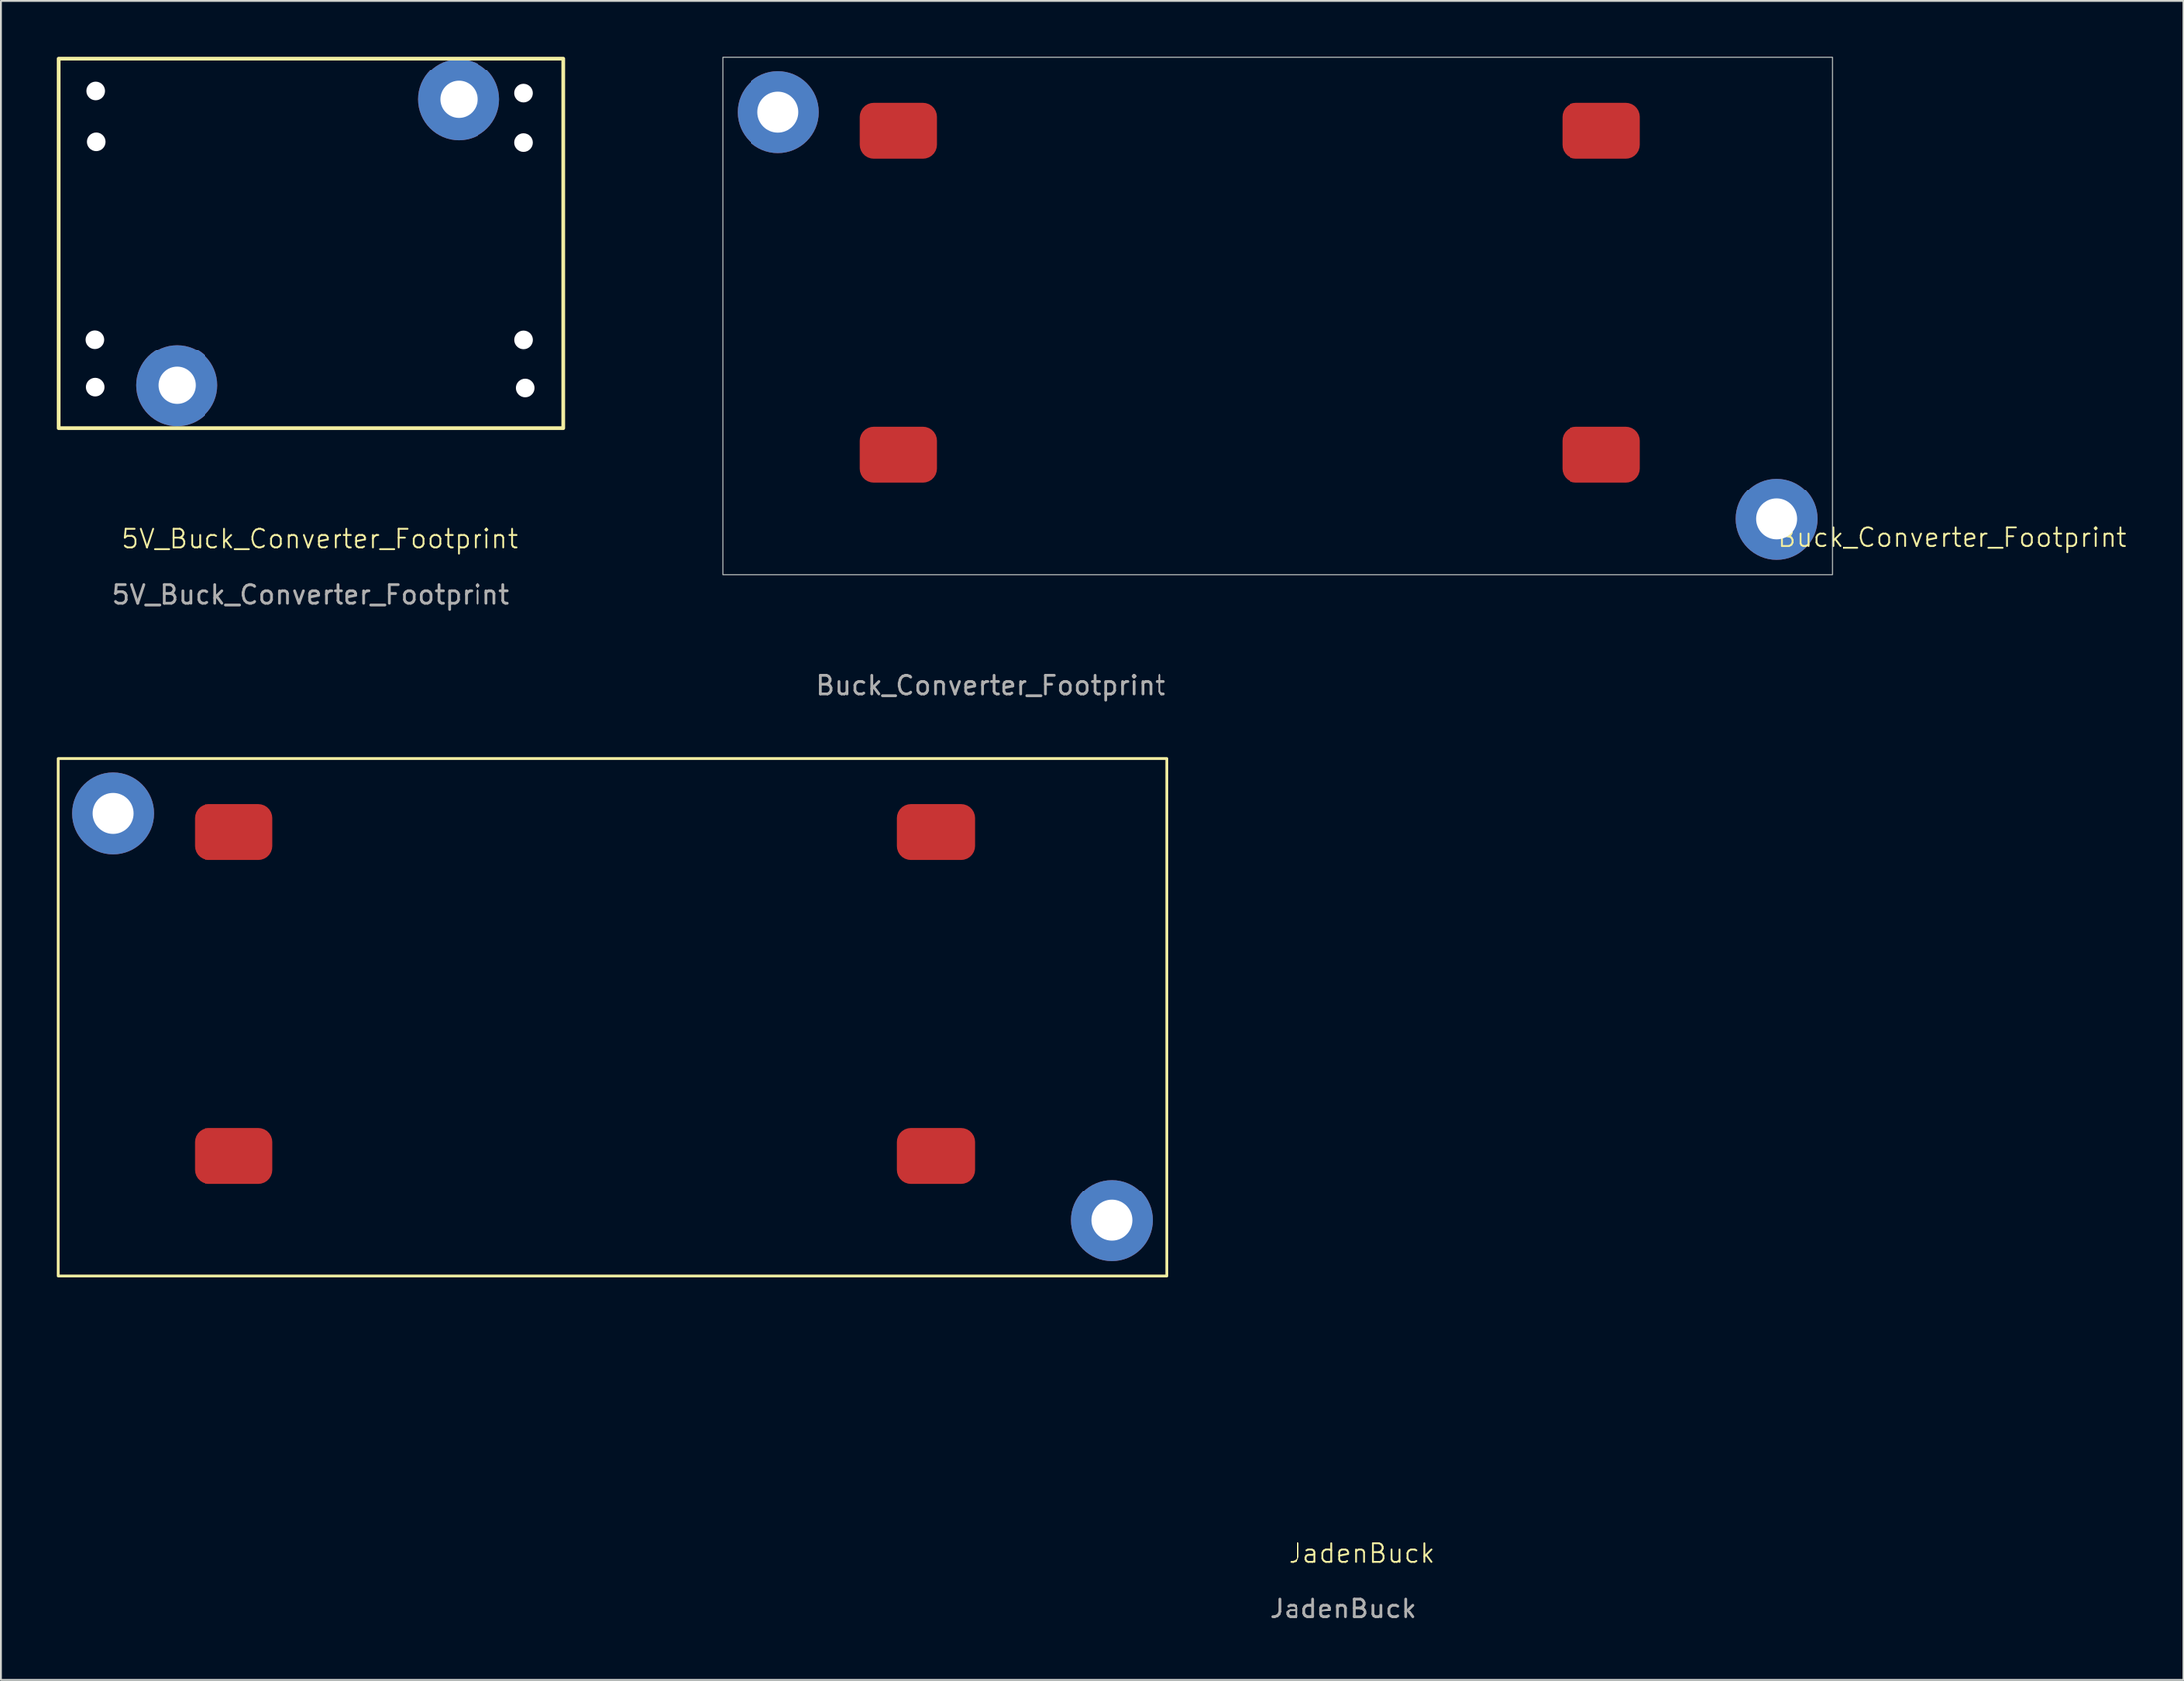
<source format=kicad_pcb>
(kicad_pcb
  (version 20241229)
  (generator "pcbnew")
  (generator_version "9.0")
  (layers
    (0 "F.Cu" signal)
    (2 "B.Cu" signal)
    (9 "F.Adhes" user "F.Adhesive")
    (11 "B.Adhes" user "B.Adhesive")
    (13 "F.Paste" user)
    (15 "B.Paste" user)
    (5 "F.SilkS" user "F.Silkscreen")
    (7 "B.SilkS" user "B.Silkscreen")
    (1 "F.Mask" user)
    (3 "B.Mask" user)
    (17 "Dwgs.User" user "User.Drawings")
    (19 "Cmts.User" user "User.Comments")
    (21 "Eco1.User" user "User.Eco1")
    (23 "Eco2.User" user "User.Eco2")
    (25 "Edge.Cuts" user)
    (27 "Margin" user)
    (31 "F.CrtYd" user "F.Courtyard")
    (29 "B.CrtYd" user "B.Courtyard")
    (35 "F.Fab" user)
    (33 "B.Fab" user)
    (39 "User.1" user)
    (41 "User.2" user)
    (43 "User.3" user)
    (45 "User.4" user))
  (footprint "Buck_Converter_Footprint"
    (layer "F.Cu")
    (at 96.028 28.025)
    (property "Reference" "Buck_Converter_Footprint" (at 6.5 -2 0) (unlocked yes) (layer "F.SilkS") (effects (font (size 1 1) (thickness 0.1))))
    (attr smd)
    (fp_rect (start -60 -28) (end 0 0) (stroke (width 0.05) (type solid)) (fill no) (layer "Edge.Cuts"))
    (fp_text user "${REFERENCE}" (at -45.5 6 0) (unlocked yes) (layer "F.Fab") (effects (font (size 1 1) (thickness 0.15))))
    (pad "1" thru_hole circle (at -57 -25) (size 4.4 4.4) (drill 2.2) (layers "*.Cu" "*.Mask"))
    (pad "1" smd roundrect (at -50.5 -24 270) (size 3 4.2) (layers "F.Cu" "F.Mask" "F.Paste") (roundrect_rratio 0.25))
    (pad "1" thru_hole circle (at -3 -3) (size 4.4 4.4) (drill 2.2) (layers "*.Cu" "*.Mask"))
    (pad "2" smd roundrect (at -50.5 -6.5 270) (size 3 4.2) (layers "F.Cu" "F.Mask" "F.Paste") (roundrect_rratio 0.25))
    (pad "3" smd roundrect (at -12.5 -24 270) (size 3 4.2) (layers "F.Cu" "F.Mask" "F.Paste") (roundrect_rratio 0.25))
    (pad "4" smd roundrect (at -12.5 -6.5 270) (size 3 4.2) (layers "F.Cu" "F.Mask" "F.Paste") (roundrect_rratio 0.25))
    (zone (net_name "") (layer "F.Cu") (hatch edge 0.5) (connect_pads) (min_thickness 0.25) (filled_areas_thickness no) (keepout (tracks not_allowed) (vias not_allowed) (pads not_allowed) (copperpour not_allowed) (footprints allowed)) (placement (enabled no)) (fill) (polygon (pts (xy 78.528 0.025) (xy 78.528 28.025) (xy 50.028 28.025) (xy 50.028 0.025)))))
  (footprint "5V_Buck_Converter_Footprint"
    (layer "F.Cu")
    (at 32.752 24.6)
    (property "Reference" "5V_Buck_Converter_Footprint" (at -18.5 1.5 0) (unlocked yes) (layer "F.SilkS") (effects (font (size 1 1) (thickness 0.1))))
    (attr smd)
    (fp_rect (start -32.653 -24.5) (end -5.348 -4.5) (stroke (width 0.2) (type solid)) (fill no) (layer "F.SilkS"))
    (fp_text user "${REFERENCE}" (at -19 4.5 0) (layer "F.Fab") (effects (font (size 1 1) (thickness 0.15))))
    (pad "1" thru_hole roundrect (at -30.655 -9.3 270) (size 2.59 3.108) (drill 1 (offset 0.024 -0.023)) (layers "*.Cu" "*.Mask") (remove_unused_layers yes) (zone_layer_connections) (roundrect_rratio 0.25))
    (pad "1" thru_hole roundrect (at -30.638 -6.702 270) (size 2.598 3.108) (drill 1 (offset 0.02 -0.005)) (layers "*.Cu" "*.Mask") (remove_unused_layers yes) (zone_layer_connections) (roundrect_rratio 0.25))
    (pad "1" thru_hole circle (at -26.236 -6.803) (size 4.4 4.4) (drill 2) (layers "*.Cu" "*.Mask"))
    (pad "1" thru_hole circle (at -10.996 -22.265) (size 4.4 4.4) (drill 2) (layers "*.Cu" "*.Mask"))
    (pad "2" thru_hole roundrect (at -30.611 -22.712 270) (size 2.452 2.966) (drill 1 (offset 0.005 0.068)) (layers "*.Cu" "*.Mask") (remove_unused_layers yes) (zone_layer_connections) (roundrect_rratio 0.25))
    (pad "2" thru_hole roundrect (at -30.582 -19.981 270) (size 2.471 2.952) (drill 1 (offset -0.004 0.114)) (layers "*.Cu" "*.Mask") (remove_unused_layers yes) (zone_layer_connections) (roundrect_rratio 0.25))
    (pad "3" thru_hole roundrect (at -7.479 -9.292 270) (size 2.531 3.008) (drill 1 (offset 0.046 -0.014)) (layers "*.Cu" "*.Mask") (remove_unused_layers yes) (zone_layer_connections) (roundrect_rratio 0.25))
    (pad "3" thru_hole roundrect (at -7.391 -6.656 270) (size 2.636 3.008) (drill 1 (offset -0.007 0.073)) (layers "*.Cu" "*.Mask") (remove_unused_layers yes) (zone_layer_connections) (roundrect_rratio 0.25))
    (pad "4" thru_hole roundrect (at -7.482 -22.597 270) (size 2.494 2.767) (drill 1 (offset -0.005 -0.134)) (layers "*.Cu" "*.Mask") (remove_unused_layers yes) (zone_layer_connections) (roundrect_rratio 0.25))
    (pad "4" thru_hole roundrect (at -7.482 -19.94 270) (size 2.443 2.85) (drill 1 (offset -0.021 -0.011)) (layers "*.Cu" "*.Mask") (remove_unused_layers yes) (zone_layer_connections) (roundrect_rratio 0.25)))
  (footprint "JadenBuck"
    (layer "F.Cu")
    (at 60.075 65.948)
    (property "Reference" "JadenBuck" (at 10.5 15 0) (unlocked yes) (layer "F.SilkS") (effects (font (size 1 1) (thickness 0.1))))
    (attr smd)
    (fp_rect (start -60 -28) (end 0 0) (stroke (width 0.15) (type solid)) (fill no) (layer "F.SilkS"))
    (fp_text user "${REFERENCE}" (at 9.5 18 0) (unlocked yes) (layer "F.Fab") (effects (font (size 1 1) (thickness 0.15))))
    (pad "1" thru_hole circle (at -57 -25) (size 4.4 4.4) (drill 2.2) (layers "*.Cu" "*.Mask"))
    (pad "1" smd roundrect (at -50.5 -24 90) (size 3 4.2) (layers "F.Cu" "F.Mask" "F.Paste") (roundrect_rratio 0.25))
    (pad "1" thru_hole circle (at -3 -3) (size 4.4 4.4) (drill 2.2) (layers "*.Cu" "*.Mask"))
    (pad "2" smd roundrect (at -50.5 -6.5 90) (size 3 4.2) (layers "F.Cu" "F.Mask" "F.Paste") (roundrect_rratio 0.25))
    (pad "3" smd roundrect (at -12.5 -24 90) (size 3 4.2) (layers "F.Cu" "F.Mask" "F.Paste") (roundrect_rratio 0.25))
    (pad "4" smd roundrect (at -12.5 -6.5 90) (size 3 4.2) (layers "F.Cu" "F.Mask" "F.Paste") (roundrect_rratio 0.25)))
  (gr_rect
    (start -3 -3)
    (end 115.03 87.796)
    (stroke (width 0.1) (type default))
    (fill no)
    (layer "Edge.Cuts")))
</source>
